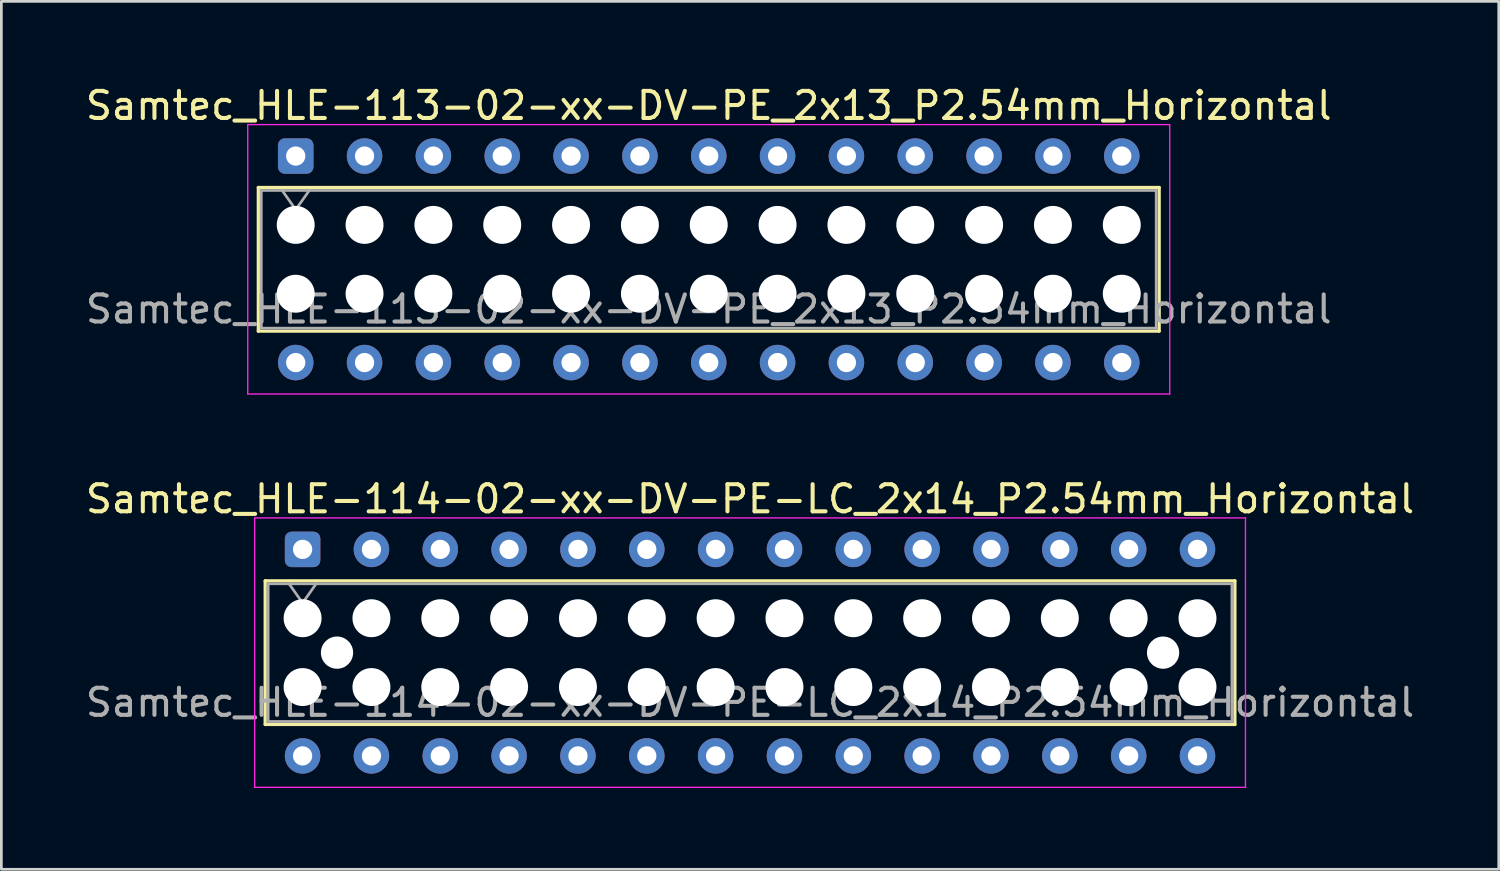
<source format=kicad_pcb>
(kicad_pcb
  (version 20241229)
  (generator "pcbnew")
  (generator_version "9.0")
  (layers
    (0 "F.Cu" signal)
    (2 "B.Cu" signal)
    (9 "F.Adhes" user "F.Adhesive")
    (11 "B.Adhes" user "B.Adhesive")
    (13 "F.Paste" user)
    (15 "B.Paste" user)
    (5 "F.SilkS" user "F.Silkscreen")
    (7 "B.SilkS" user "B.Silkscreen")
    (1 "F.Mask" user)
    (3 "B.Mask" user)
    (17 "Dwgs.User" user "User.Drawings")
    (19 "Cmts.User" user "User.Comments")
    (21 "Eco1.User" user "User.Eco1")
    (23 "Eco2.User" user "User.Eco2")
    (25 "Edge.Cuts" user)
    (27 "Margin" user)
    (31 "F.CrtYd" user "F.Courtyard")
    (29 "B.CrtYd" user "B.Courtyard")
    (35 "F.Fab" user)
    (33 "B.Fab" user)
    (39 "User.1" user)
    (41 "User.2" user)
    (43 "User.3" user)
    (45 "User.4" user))
  (footprint "Samtec_HLE-114-02-xx-DV-PE-LC_2x14_P2.54mm_Horizontal"
    (layer "F.Cu")
    (at 8.115 17.221)
    (property "Reference" "Samtec_HLE-114-02-xx-DV-PE-LC_2x14_P2.54mm_Horizontal" (at 16.51 -1.86 0) (layer "F.SilkS") (effects (font (size 1 1) (thickness 0.15))))
    (attr through_hole)
    (fp_line (start -1.38 1.16) (end 34.4 1.16) (stroke (width 0.12) (type solid)) (layer "F.SilkS"))
    (fp_line (start -1.38 6.46) (end -1.38 1.16) (stroke (width 0.12) (type solid)) (layer "F.SilkS"))
    (fp_line (start 34.4 1.16) (end 34.4 6.46) (stroke (width 0.12) (type solid)) (layer "F.SilkS"))
    (fp_line (start 34.4 6.46) (end -1.38 6.46) (stroke (width 0.12) (type solid)) (layer "F.SilkS"))
    (fp_line (start -1.77 -1.16) (end 34.79 -1.16) (stroke (width 0.05) (type solid)) (layer "F.CrtYd"))
    (fp_line (start -1.77 8.78) (end -1.77 -1.16) (stroke (width 0.05) (type solid)) (layer "F.CrtYd"))
    (fp_line (start 34.79 -1.16) (end 34.79 8.78) (stroke (width 0.05) (type solid)) (layer "F.CrtYd"))
    (fp_line (start 34.79 8.78) (end -1.77 8.78) (stroke (width 0.05) (type solid)) (layer "F.CrtYd"))
    (fp_line (start -1.27 1.27) (end 34.29 1.27) (stroke (width 0.1) (type solid)) (layer "F.Fab"))
    (fp_line (start -1.27 6.35) (end -1.27 1.27) (stroke (width 0.1) (type solid)) (layer "F.Fab"))
    (fp_line (start -0.5 1.27) (end 0 1.977) (stroke (width 0.1) (type solid)) (layer "F.Fab"))
    (fp_line (start 0 1.977) (end 0.5 1.27) (stroke (width 0.1) (type solid)) (layer "F.Fab"))
    (fp_line (start 34.29 1.27) (end 34.29 6.35) (stroke (width 0.1) (type solid)) (layer "F.Fab"))
    (fp_line (start 34.29 6.35) (end -1.27 6.35) (stroke (width 0.1) (type solid)) (layer "F.Fab"))
    (fp_text user "${REFERENCE}" (at 16.51 5.65 0) (layer "F.Fab") (effects (font (size 1 1) (thickness 0.15))))
    (pad "" np_thru_hole circle (at 0 2.54) (size 1.4 1.4) (drill 1.4) (layers "*.Cu" "*.Mask"))
    (pad "" np_thru_hole circle (at 0 5.08) (size 1.4 1.4) (drill 1.4) (layers "*.Cu" "*.Mask"))
    (pad "" np_thru_hole circle (at 1.27 3.81) (size 1.19 1.19) (drill 1.19) (layers "*.Cu" "*.Mask"))
    (pad "" np_thru_hole circle (at 2.54 2.54) (size 1.4 1.4) (drill 1.4) (layers "*.Cu" "*.Mask"))
    (pad "" np_thru_hole circle (at 2.54 5.08) (size 1.4 1.4) (drill 1.4) (layers "*.Cu" "*.Mask"))
    (pad "" np_thru_hole circle (at 5.08 2.54) (size 1.4 1.4) (drill 1.4) (layers "*.Cu" "*.Mask"))
    (pad "" np_thru_hole circle (at 5.08 5.08) (size 1.4 1.4) (drill 1.4) (layers "*.Cu" "*.Mask"))
    (pad "" np_thru_hole circle (at 7.62 2.54) (size 1.4 1.4) (drill 1.4) (layers "*.Cu" "*.Mask"))
    (pad "" np_thru_hole circle (at 7.62 5.08) (size 1.4 1.4) (drill 1.4) (layers "*.Cu" "*.Mask"))
    (pad "" np_thru_hole circle (at 10.16 2.54) (size 1.4 1.4) (drill 1.4) (layers "*.Cu" "*.Mask"))
    (pad "" np_thru_hole circle (at 10.16 5.08) (size 1.4 1.4) (drill 1.4) (layers "*.Cu" "*.Mask"))
    (pad "" np_thru_hole circle (at 12.7 2.54) (size 1.4 1.4) (drill 1.4) (layers "*.Cu" "*.Mask"))
    (pad "" np_thru_hole circle (at 12.7 5.08) (size 1.4 1.4) (drill 1.4) (layers "*.Cu" "*.Mask"))
    (pad "" np_thru_hole circle (at 15.24 2.54) (size 1.4 1.4) (drill 1.4) (layers "*.Cu" "*.Mask"))
    (pad "" np_thru_hole circle (at 15.24 5.08) (size 1.4 1.4) (drill 1.4) (layers "*.Cu" "*.Mask"))
    (pad "" np_thru_hole circle (at 17.78 2.54) (size 1.4 1.4) (drill 1.4) (layers "*.Cu" "*.Mask"))
    (pad "" np_thru_hole circle (at 17.78 5.08) (size 1.4 1.4) (drill 1.4) (layers "*.Cu" "*.Mask"))
    (pad "" np_thru_hole circle (at 20.32 2.54) (size 1.4 1.4) (drill 1.4) (layers "*.Cu" "*.Mask"))
    (pad "" np_thru_hole circle (at 20.32 5.08) (size 1.4 1.4) (drill 1.4) (layers "*.Cu" "*.Mask"))
    (pad "" np_thru_hole circle (at 22.86 2.54) (size 1.4 1.4) (drill 1.4) (layers "*.Cu" "*.Mask"))
    (pad "" np_thru_hole circle (at 22.86 5.08) (size 1.4 1.4) (drill 1.4) (layers "*.Cu" "*.Mask"))
    (pad "" np_thru_hole circle (at 25.4 2.54) (size 1.4 1.4) (drill 1.4) (layers "*.Cu" "*.Mask"))
    (pad "" np_thru_hole circle (at 25.4 5.08) (size 1.4 1.4) (drill 1.4) (layers "*.Cu" "*.Mask"))
    (pad "" np_thru_hole circle (at 27.94 2.54) (size 1.4 1.4) (drill 1.4) (layers "*.Cu" "*.Mask"))
    (pad "" np_thru_hole circle (at 27.94 5.08) (size 1.4 1.4) (drill 1.4) (layers "*.Cu" "*.Mask"))
    (pad "" np_thru_hole circle (at 30.48 2.54) (size 1.4 1.4) (drill 1.4) (layers "*.Cu" "*.Mask"))
    (pad "" np_thru_hole circle (at 30.48 5.08) (size 1.4 1.4) (drill 1.4) (layers "*.Cu" "*.Mask"))
    (pad "" np_thru_hole circle (at 31.75 3.81) (size 1.19 1.19) (drill 1.19) (layers "*.Cu" "*.Mask"))
    (pad "" np_thru_hole circle (at 33.02 2.54) (size 1.4 1.4) (drill 1.4) (layers "*.Cu" "*.Mask"))
    (pad "" np_thru_hole circle (at 33.02 5.08) (size 1.4 1.4) (drill 1.4) (layers "*.Cu" "*.Mask"))
    (pad "1" thru_hole roundrect (at 0 0) (size 1.31 1.31) (drill 0.71) (layers "*.Cu" "*.Mask") (roundrect_rratio 0.191))
    (pad "2" thru_hole circle (at 0 7.62) (size 1.31 1.31) (drill 0.71) (layers "*.Cu" "*.Mask"))
    (pad "3" thru_hole circle (at 2.54 0) (size 1.31 1.31) (drill 0.71) (layers "*.Cu" "*.Mask"))
    (pad "4" thru_hole circle (at 2.54 7.62) (size 1.31 1.31) (drill 0.71) (layers "*.Cu" "*.Mask"))
    (pad "5" thru_hole circle (at 5.08 0) (size 1.31 1.31) (drill 0.71) (layers "*.Cu" "*.Mask"))
    (pad "6" thru_hole circle (at 5.08 7.62) (size 1.31 1.31) (drill 0.71) (layers "*.Cu" "*.Mask"))
    (pad "7" thru_hole circle (at 7.62 0) (size 1.31 1.31) (drill 0.71) (layers "*.Cu" "*.Mask"))
    (pad "8" thru_hole circle (at 7.62 7.62) (size 1.31 1.31) (drill 0.71) (layers "*.Cu" "*.Mask"))
    (pad "9" thru_hole circle (at 10.16 0) (size 1.31 1.31) (drill 0.71) (layers "*.Cu" "*.Mask"))
    (pad "10" thru_hole circle (at 10.16 7.62) (size 1.31 1.31) (drill 0.71) (layers "*.Cu" "*.Mask"))
    (pad "11" thru_hole circle (at 12.7 0) (size 1.31 1.31) (drill 0.71) (layers "*.Cu" "*.Mask"))
    (pad "12" thru_hole circle (at 12.7 7.62) (size 1.31 1.31) (drill 0.71) (layers "*.Cu" "*.Mask"))
    (pad "13" thru_hole circle (at 15.24 0) (size 1.31 1.31) (drill 0.71) (layers "*.Cu" "*.Mask"))
    (pad "14" thru_hole circle (at 15.24 7.62) (size 1.31 1.31) (drill 0.71) (layers "*.Cu" "*.Mask"))
    (pad "15" thru_hole circle (at 17.78 0) (size 1.31 1.31) (drill 0.71) (layers "*.Cu" "*.Mask"))
    (pad "16" thru_hole circle (at 17.78 7.62) (size 1.31 1.31) (drill 0.71) (layers "*.Cu" "*.Mask"))
    (pad "17" thru_hole circle (at 20.32 0) (size 1.31 1.31) (drill 0.71) (layers "*.Cu" "*.Mask"))
    (pad "18" thru_hole circle (at 20.32 7.62) (size 1.31 1.31) (drill 0.71) (layers "*.Cu" "*.Mask"))
    (pad "19" thru_hole circle (at 22.86 0) (size 1.31 1.31) (drill 0.71) (layers "*.Cu" "*.Mask"))
    (pad "20" thru_hole circle (at 22.86 7.62) (size 1.31 1.31) (drill 0.71) (layers "*.Cu" "*.Mask"))
    (pad "21" thru_hole circle (at 25.4 0) (size 1.31 1.31) (drill 0.71) (layers "*.Cu" "*.Mask"))
    (pad "22" thru_hole circle (at 25.4 7.62) (size 1.31 1.31) (drill 0.71) (layers "*.Cu" "*.Mask"))
    (pad "23" thru_hole circle (at 27.94 0) (size 1.31 1.31) (drill 0.71) (layers "*.Cu" "*.Mask"))
    (pad "24" thru_hole circle (at 27.94 7.62) (size 1.31 1.31) (drill 0.71) (layers "*.Cu" "*.Mask"))
    (pad "25" thru_hole circle (at 30.48 0) (size 1.31 1.31) (drill 0.71) (layers "*.Cu" "*.Mask"))
    (pad "26" thru_hole circle (at 30.48 7.62) (size 1.31 1.31) (drill 0.71) (layers "*.Cu" "*.Mask"))
    (pad "27" thru_hole circle (at 33.02 0) (size 1.31 1.31) (drill 0.71) (layers "*.Cu" "*.Mask"))
    (pad "28" thru_hole circle (at 33.02 7.62) (size 1.31 1.31) (drill 0.71) (layers "*.Cu" "*.Mask")))
  (footprint "Samtec_HLE-113-02-xx-DV-PE_2x13_P2.54mm_Horizontal"
    (layer "F.Cu")
    (at 7.861 2.708)
    (property "Reference" "Samtec_HLE-113-02-xx-DV-PE_2x13_P2.54mm_Horizontal" (at 15.24 -1.86 0) (layer "F.SilkS") (effects (font (size 1 1) (thickness 0.15))))
    (attr through_hole)
    (fp_line (start -1.38 1.16) (end 31.86 1.16) (stroke (width 0.12) (type solid)) (layer "F.SilkS"))
    (fp_line (start -1.38 6.46) (end -1.38 1.16) (stroke (width 0.12) (type solid)) (layer "F.SilkS"))
    (fp_line (start 31.86 1.16) (end 31.86 6.46) (stroke (width 0.12) (type solid)) (layer "F.SilkS"))
    (fp_line (start 31.86 6.46) (end -1.38 6.46) (stroke (width 0.12) (type solid)) (layer "F.SilkS"))
    (fp_line (start -1.77 -1.16) (end 32.25 -1.16) (stroke (width 0.05) (type solid)) (layer "F.CrtYd"))
    (fp_line (start -1.77 8.78) (end -1.77 -1.16) (stroke (width 0.05) (type solid)) (layer "F.CrtYd"))
    (fp_line (start 32.25 -1.16) (end 32.25 8.78) (stroke (width 0.05) (type solid)) (layer "F.CrtYd"))
    (fp_line (start 32.25 8.78) (end -1.77 8.78) (stroke (width 0.05) (type solid)) (layer "F.CrtYd"))
    (fp_line (start -1.27 1.27) (end 31.75 1.27) (stroke (width 0.1) (type solid)) (layer "F.Fab"))
    (fp_line (start -1.27 6.35) (end -1.27 1.27) (stroke (width 0.1) (type solid)) (layer "F.Fab"))
    (fp_line (start -0.5 1.27) (end 0 1.977) (stroke (width 0.1) (type solid)) (layer "F.Fab"))
    (fp_line (start 0 1.977) (end 0.5 1.27) (stroke (width 0.1) (type solid)) (layer "F.Fab"))
    (fp_line (start 31.75 1.27) (end 31.75 6.35) (stroke (width 0.1) (type solid)) (layer "F.Fab"))
    (fp_line (start 31.75 6.35) (end -1.27 6.35) (stroke (width 0.1) (type solid)) (layer "F.Fab"))
    (fp_text user "${REFERENCE}" (at 15.24 5.65 0) (layer "F.Fab") (effects (font (size 1 1) (thickness 0.15))))
    (pad "" np_thru_hole circle (at 0 2.54) (size 1.4 1.4) (drill 1.4) (layers "*.Cu" "*.Mask"))
    (pad "" np_thru_hole circle (at 0 5.08) (size 1.4 1.4) (drill 1.4) (layers "*.Cu" "*.Mask"))
    (pad "" np_thru_hole circle (at 2.54 2.54) (size 1.4 1.4) (drill 1.4) (layers "*.Cu" "*.Mask"))
    (pad "" np_thru_hole circle (at 2.54 5.08) (size 1.4 1.4) (drill 1.4) (layers "*.Cu" "*.Mask"))
    (pad "" np_thru_hole circle (at 5.08 2.54) (size 1.4 1.4) (drill 1.4) (layers "*.Cu" "*.Mask"))
    (pad "" np_thru_hole circle (at 5.08 5.08) (size 1.4 1.4) (drill 1.4) (layers "*.Cu" "*.Mask"))
    (pad "" np_thru_hole circle (at 7.62 2.54) (size 1.4 1.4) (drill 1.4) (layers "*.Cu" "*.Mask"))
    (pad "" np_thru_hole circle (at 7.62 5.08) (size 1.4 1.4) (drill 1.4) (layers "*.Cu" "*.Mask"))
    (pad "" np_thru_hole circle (at 10.16 2.54) (size 1.4 1.4) (drill 1.4) (layers "*.Cu" "*.Mask"))
    (pad "" np_thru_hole circle (at 10.16 5.08) (size 1.4 1.4) (drill 1.4) (layers "*.Cu" "*.Mask"))
    (pad "" np_thru_hole circle (at 12.7 2.54) (size 1.4 1.4) (drill 1.4) (layers "*.Cu" "*.Mask"))
    (pad "" np_thru_hole circle (at 12.7 5.08) (size 1.4 1.4) (drill 1.4) (layers "*.Cu" "*.Mask"))
    (pad "" np_thru_hole circle (at 15.24 2.54) (size 1.4 1.4) (drill 1.4) (layers "*.Cu" "*.Mask"))
    (pad "" np_thru_hole circle (at 15.24 5.08) (size 1.4 1.4) (drill 1.4) (layers "*.Cu" "*.Mask"))
    (pad "" np_thru_hole circle (at 17.78 2.54) (size 1.4 1.4) (drill 1.4) (layers "*.Cu" "*.Mask"))
    (pad "" np_thru_hole circle (at 17.78 5.08) (size 1.4 1.4) (drill 1.4) (layers "*.Cu" "*.Mask"))
    (pad "" np_thru_hole circle (at 20.32 2.54) (size 1.4 1.4) (drill 1.4) (layers "*.Cu" "*.Mask"))
    (pad "" np_thru_hole circle (at 20.32 5.08) (size 1.4 1.4) (drill 1.4) (layers "*.Cu" "*.Mask"))
    (pad "" np_thru_hole circle (at 22.86 2.54) (size 1.4 1.4) (drill 1.4) (layers "*.Cu" "*.Mask"))
    (pad "" np_thru_hole circle (at 22.86 5.08) (size 1.4 1.4) (drill 1.4) (layers "*.Cu" "*.Mask"))
    (pad "" np_thru_hole circle (at 25.4 2.54) (size 1.4 1.4) (drill 1.4) (layers "*.Cu" "*.Mask"))
    (pad "" np_thru_hole circle (at 25.4 5.08) (size 1.4 1.4) (drill 1.4) (layers "*.Cu" "*.Mask"))
    (pad "" np_thru_hole circle (at 27.94 2.54) (size 1.4 1.4) (drill 1.4) (layers "*.Cu" "*.Mask"))
    (pad "" np_thru_hole circle (at 27.94 5.08) (size 1.4 1.4) (drill 1.4) (layers "*.Cu" "*.Mask"))
    (pad "" np_thru_hole circle (at 30.48 2.54) (size 1.4 1.4) (drill 1.4) (layers "*.Cu" "*.Mask"))
    (pad "" np_thru_hole circle (at 30.48 5.08) (size 1.4 1.4) (drill 1.4) (layers "*.Cu" "*.Mask"))
    (pad "1" thru_hole roundrect (at 0 0) (size 1.31 1.31) (drill 0.71) (layers "*.Cu" "*.Mask") (roundrect_rratio 0.191))
    (pad "2" thru_hole circle (at 0 7.62) (size 1.31 1.31) (drill 0.71) (layers "*.Cu" "*.Mask"))
    (pad "3" thru_hole circle (at 2.54 0) (size 1.31 1.31) (drill 0.71) (layers "*.Cu" "*.Mask"))
    (pad "4" thru_hole circle (at 2.54 7.62) (size 1.31 1.31) (drill 0.71) (layers "*.Cu" "*.Mask"))
    (pad "5" thru_hole circle (at 5.08 0) (size 1.31 1.31) (drill 0.71) (layers "*.Cu" "*.Mask"))
    (pad "6" thru_hole circle (at 5.08 7.62) (size 1.31 1.31) (drill 0.71) (layers "*.Cu" "*.Mask"))
    (pad "7" thru_hole circle (at 7.62 0) (size 1.31 1.31) (drill 0.71) (layers "*.Cu" "*.Mask"))
    (pad "8" thru_hole circle (at 7.62 7.62) (size 1.31 1.31) (drill 0.71) (layers "*.Cu" "*.Mask"))
    (pad "9" thru_hole circle (at 10.16 0) (size 1.31 1.31) (drill 0.71) (layers "*.Cu" "*.Mask"))
    (pad "10" thru_hole circle (at 10.16 7.62) (size 1.31 1.31) (drill 0.71) (layers "*.Cu" "*.Mask"))
    (pad "11" thru_hole circle (at 12.7 0) (size 1.31 1.31) (drill 0.71) (layers "*.Cu" "*.Mask"))
    (pad "12" thru_hole circle (at 12.7 7.62) (size 1.31 1.31) (drill 0.71) (layers "*.Cu" "*.Mask"))
    (pad "13" thru_hole circle (at 15.24 0) (size 1.31 1.31) (drill 0.71) (layers "*.Cu" "*.Mask"))
    (pad "14" thru_hole circle (at 15.24 7.62) (size 1.31 1.31) (drill 0.71) (layers "*.Cu" "*.Mask"))
    (pad "15" thru_hole circle (at 17.78 0) (size 1.31 1.31) (drill 0.71) (layers "*.Cu" "*.Mask"))
    (pad "16" thru_hole circle (at 17.78 7.62) (size 1.31 1.31) (drill 0.71) (layers "*.Cu" "*.Mask"))
    (pad "17" thru_hole circle (at 20.32 0) (size 1.31 1.31) (drill 0.71) (layers "*.Cu" "*.Mask"))
    (pad "18" thru_hole circle (at 20.32 7.62) (size 1.31 1.31) (drill 0.71) (layers "*.Cu" "*.Mask"))
    (pad "19" thru_hole circle (at 22.86 0) (size 1.31 1.31) (drill 0.71) (layers "*.Cu" "*.Mask"))
    (pad "20" thru_hole circle (at 22.86 7.62) (size 1.31 1.31) (drill 0.71) (layers "*.Cu" "*.Mask"))
    (pad "21" thru_hole circle (at 25.4 0) (size 1.31 1.31) (drill 0.71) (layers "*.Cu" "*.Mask"))
    (pad "22" thru_hole circle (at 25.4 7.62) (size 1.31 1.31) (drill 0.71) (layers "*.Cu" "*.Mask"))
    (pad "23" thru_hole circle (at 27.94 0) (size 1.31 1.31) (drill 0.71) (layers "*.Cu" "*.Mask"))
    (pad "24" thru_hole circle (at 27.94 7.62) (size 1.31 1.31) (drill 0.71) (layers "*.Cu" "*.Mask"))
    (pad "25" thru_hole circle (at 30.48 0) (size 1.31 1.31) (drill 0.71) (layers "*.Cu" "*.Mask"))
    (pad "26" thru_hole circle (at 30.48 7.62) (size 1.31 1.31) (drill 0.71) (layers "*.Cu" "*.Mask")))
  (gr_rect
    (start -3 -3)
    (end 52.25 29.026)
    (stroke (width 0.1) (type default))
    (fill no)
    (layer "Edge.Cuts")))
</source>
